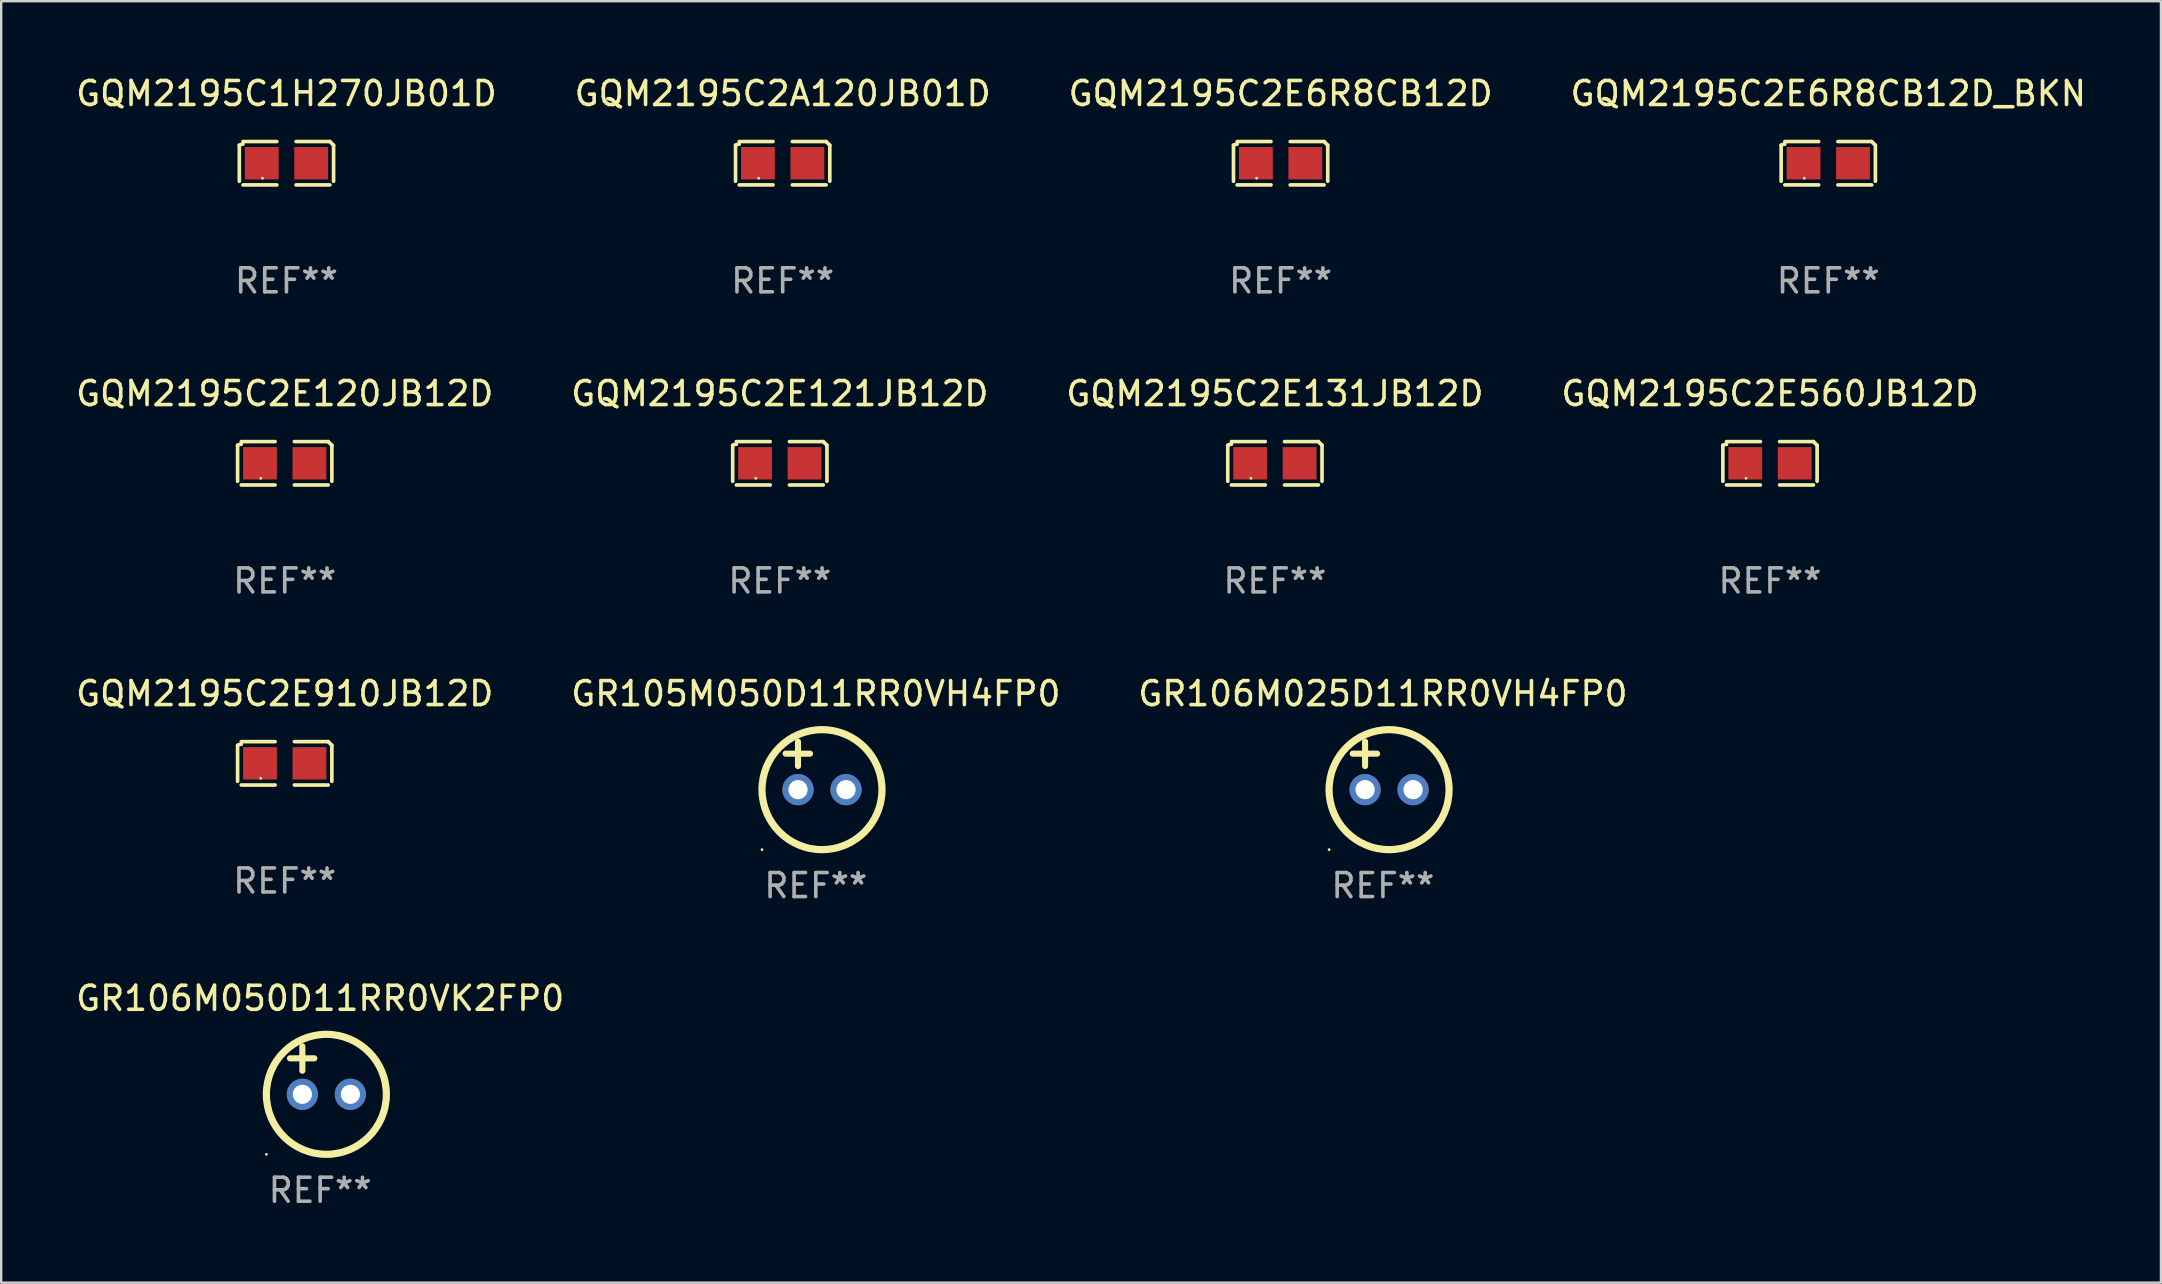
<source format=kicad_pcb>
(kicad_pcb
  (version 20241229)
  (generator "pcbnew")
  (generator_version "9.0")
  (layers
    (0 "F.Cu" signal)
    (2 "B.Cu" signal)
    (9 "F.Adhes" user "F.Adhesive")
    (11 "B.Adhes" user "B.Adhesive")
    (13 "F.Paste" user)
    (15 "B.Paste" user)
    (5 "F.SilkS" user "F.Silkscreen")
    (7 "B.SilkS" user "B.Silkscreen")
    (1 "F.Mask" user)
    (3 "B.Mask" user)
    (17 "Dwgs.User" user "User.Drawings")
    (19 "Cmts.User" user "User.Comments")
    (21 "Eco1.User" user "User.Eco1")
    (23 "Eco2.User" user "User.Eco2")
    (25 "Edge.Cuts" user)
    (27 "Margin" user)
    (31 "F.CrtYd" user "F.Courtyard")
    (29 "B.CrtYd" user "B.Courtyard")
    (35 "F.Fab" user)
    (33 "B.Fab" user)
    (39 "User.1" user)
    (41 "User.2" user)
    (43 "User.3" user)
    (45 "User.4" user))
  (footprint "GQM2195C2E120JB12D"
    (layer "F.Cu")
    (at 8.815 16.256)
    (property "Reference" "GQM2195C2E120JB12D" (at 0 -2.904 0) (layer "F.SilkS") (effects (font (size 1 1) (thickness 0.15))))
    (attr through_hole)
    (fp_line (start -1.964 0.751) (end -1.964 -0.751) (stroke (width 0.152) (type solid)) (layer "F.SilkS"))
    (fp_line (start -1.811 -0.904) (end -0.401 -0.904) (stroke (width 0.152) (type solid)) (layer "F.SilkS"))
    (fp_line (start -0.401 0.904) (end -1.811 0.904) (stroke (width 0.152) (type solid)) (layer "F.SilkS"))
    (fp_line (start 0.401 0.904) (end 1.811 0.904) (stroke (width 0.152) (type solid)) (layer "F.SilkS"))
    (fp_line (start 1.811 -0.904) (end 0.401 -0.904) (stroke (width 0.152) (type solid)) (layer "F.SilkS"))
    (fp_line (start 1.964 0.751) (end 1.964 -0.751) (stroke (width 0.152) (type solid)) (layer "F.SilkS"))
    (fp_arc (start -1.963602 -0.751207) (mid -1.890354 -0.783131) (end -1.811201 -0.794044) (stroke (width 0.1524) (type solid)) (layer "F.SilkS"))
    (fp_arc (start 1.811202 -0.903607) (mid 1.887413 -0.827418) (end 1.963602 -0.751207) (stroke (width 0.1524) (type solid)) (layer "F.SilkS"))
    (fp_circle (center -1 0.625) (end -0.97 0.625) (stroke (width 0.06) (type solid)) (fill no) (layer "F.SilkS"))
    (fp_text user "REF**" (at 0 4.904 0) (layer "F.Fab") (effects (font (size 1 1) (thickness 0.15))))
    (pad "1" smd rect (at -1.03 0) (size 1.41 1.35) (layers "F.Cu" "F.Mask" "F.Paste"))
    (pad "2" smd rect (at 1.03 0) (size 1.41 1.35) (layers "F.Cu" "F.Mask" "F.Paste")))
  (footprint "GQM2195C2E560JB12D"
    (layer "F.Cu")
    (at 70.708 16.256)
    (property "Reference" "GQM2195C2E560JB12D" (at 0 -2.904 0) (layer "F.SilkS") (effects (font (size 1 1) (thickness 0.15))))
    (attr through_hole)
    (fp_line (start -1.964 0.751) (end -1.964 -0.751) (stroke (width 0.152) (type solid)) (layer "F.SilkS"))
    (fp_line (start -1.811 -0.904) (end -0.401 -0.904) (stroke (width 0.152) (type solid)) (layer "F.SilkS"))
    (fp_line (start -0.401 0.904) (end -1.811 0.904) (stroke (width 0.152) (type solid)) (layer "F.SilkS"))
    (fp_line (start 0.401 0.904) (end 1.811 0.904) (stroke (width 0.152) (type solid)) (layer "F.SilkS"))
    (fp_line (start 1.811 -0.904) (end 0.401 -0.904) (stroke (width 0.152) (type solid)) (layer "F.SilkS"))
    (fp_line (start 1.964 0.751) (end 1.964 -0.751) (stroke (width 0.152) (type solid)) (layer "F.SilkS"))
    (fp_arc (start -1.963602 -0.751207) (mid -1.890354 -0.783131) (end -1.811201 -0.794044) (stroke (width 0.1524) (type solid)) (layer "F.SilkS"))
    (fp_arc (start 1.811202 -0.903607) (mid 1.887413 -0.827418) (end 1.963602 -0.751207) (stroke (width 0.1524) (type solid)) (layer "F.SilkS"))
    (fp_circle (center -1 0.625) (end -0.97 0.625) (stroke (width 0.06) (type solid)) (fill no) (layer "F.SilkS"))
    (fp_text user "REF**" (at 0 4.904 0) (layer "F.Fab") (effects (font (size 1 1) (thickness 0.15))))
    (pad "1" smd rect (at -1.03 0) (size 1.41 1.35) (layers "F.Cu" "F.Mask" "F.Paste"))
    (pad "2" smd rect (at 1.03 0) (size 1.41 1.35) (layers "F.Cu" "F.Mask" "F.Paste")))
  (footprint "GR105M050D11RR0VH4FP0"
    (layer "F.Cu")
    (at 30.946 28.856)
    (property "Reference" "GR105M050D11RR0VH4FP0" (at 0 -3 0) (layer "F.SilkS") (effects (font (size 1 1) (thickness 0.15))))
    (attr through_hole)
    (fp_line (start -1.258 -0.5) (end -0.242 -0.5) (stroke (width 0.254) (type solid)) (layer "F.SilkS"))
    (fp_line (start -0.742 -1) (end -0.742 0.016) (stroke (width 0.254) (type solid)) (layer "F.SilkS"))
    (fp_circle (center -2.242 3.5) (end -2.212 3.5) (stroke (width 0.06) (type solid)) (fill no) (layer "F.SilkS"))
    (fp_circle (center 0.258 1) (end 2.758 1) (stroke (width 0.3) (type solid)) (fill no) (layer "F.SilkS"))
    (fp_text user "REF**" (at 0 5 0) (layer "F.Fab") (effects (font (size 1 1) (thickness 0.15))))
    (pad "1" thru_hole circle (at -0.742 1) (size 1.3 1.3) (drill 0.8) (layers "*.Cu" "*.Mask"))
    (pad "2" thru_hole circle (at 1.258 1) (size 1.3 1.3) (drill 0.8) (layers "*.Cu" "*.Mask")))
  (footprint "GQM2195C1H270JB01D"
    (layer "F.Cu")
    (at 8.887 3.752)
    (property "Reference" "GQM2195C1H270JB01D" (at 0 -2.904 0) (layer "F.SilkS") (effects (font (size 1 1) (thickness 0.15))))
    (attr through_hole)
    (fp_line (start -1.964 0.751) (end -1.964 -0.751) (stroke (width 0.152) (type solid)) (layer "F.SilkS"))
    (fp_line (start -1.811 -0.904) (end -0.401 -0.904) (stroke (width 0.152) (type solid)) (layer "F.SilkS"))
    (fp_line (start -0.401 0.904) (end -1.811 0.904) (stroke (width 0.152) (type solid)) (layer "F.SilkS"))
    (fp_line (start 0.401 0.904) (end 1.811 0.904) (stroke (width 0.152) (type solid)) (layer "F.SilkS"))
    (fp_line (start 1.811 -0.904) (end 0.401 -0.904) (stroke (width 0.152) (type solid)) (layer "F.SilkS"))
    (fp_line (start 1.964 0.751) (end 1.964 -0.751) (stroke (width 0.152) (type solid)) (layer "F.SilkS"))
    (fp_arc (start -1.963602 -0.751207) (mid -1.890354 -0.783131) (end -1.811201 -0.794044) (stroke (width 0.1524) (type solid)) (layer "F.SilkS"))
    (fp_arc (start 1.811202 -0.903607) (mid 1.887413 -0.827418) (end 1.963602 -0.751207) (stroke (width 0.1524) (type solid)) (layer "F.SilkS"))
    (fp_circle (center -1 0.625) (end -0.97 0.625) (stroke (width 0.06) (type solid)) (fill no) (layer "F.SilkS"))
    (fp_text user "REF**" (at 0 4.904 0) (layer "F.Fab") (effects (font (size 1 1) (thickness 0.15))))
    (pad "1" smd rect (at -1.03 0) (size 1.41 1.35) (layers "F.Cu" "F.Mask" "F.Paste"))
    (pad "2" smd rect (at 1.03 0) (size 1.41 1.35) (layers "F.Cu" "F.Mask" "F.Paste")))
  (footprint "GQM2195C2E6R8CB12D_BKN"
    (layer "F.Cu")
    (at 73.137 3.752)
    (property "Reference" "GQM2195C2E6R8CB12D_BKN" (at 0 -2.904 0) (layer "F.SilkS") (effects (font (size 1 1) (thickness 0.15))))
    (attr through_hole)
    (fp_line (start -1.964 0.751) (end -1.964 -0.751) (stroke (width 0.152) (type solid)) (layer "F.SilkS"))
    (fp_line (start -1.811 -0.904) (end -0.401 -0.904) (stroke (width 0.152) (type solid)) (layer "F.SilkS"))
    (fp_line (start -0.401 0.904) (end -1.811 0.904) (stroke (width 0.152) (type solid)) (layer "F.SilkS"))
    (fp_line (start 0.401 0.904) (end 1.811 0.904) (stroke (width 0.152) (type solid)) (layer "F.SilkS"))
    (fp_line (start 1.811 -0.904) (end 0.401 -0.904) (stroke (width 0.152) (type solid)) (layer "F.SilkS"))
    (fp_line (start 1.964 0.751) (end 1.964 -0.751) (stroke (width 0.152) (type solid)) (layer "F.SilkS"))
    (fp_arc (start -1.963602 -0.751207) (mid -1.890354 -0.783131) (end -1.811201 -0.794044) (stroke (width 0.1524) (type solid)) (layer "F.SilkS"))
    (fp_arc (start 1.811202 -0.903607) (mid 1.887413 -0.827418) (end 1.963602 -0.751207) (stroke (width 0.1524) (type solid)) (layer "F.SilkS"))
    (fp_circle (center -1 0.625) (end -0.97 0.625) (stroke (width 0.06) (type solid)) (fill no) (layer "F.SilkS"))
    (fp_text user "REF**" (at 0 4.904 0) (layer "F.Fab") (effects (font (size 1 1) (thickness 0.15))))
    (pad "1" smd rect (at -1.03 0) (size 1.41 1.35) (layers "F.Cu" "F.Mask" "F.Paste"))
    (pad "2" smd rect (at 1.03 0) (size 1.41 1.35) (layers "F.Cu" "F.Mask" "F.Paste")))
  (footprint "GQM2195C2E6R8CB12D"
    (layer "F.Cu")
    (at 50.315 3.752)
    (property "Reference" "GQM2195C2E6R8CB12D" (at 0 -2.904 0) (layer "F.SilkS") (effects (font (size 1 1) (thickness 0.15))))
    (attr through_hole)
    (fp_line (start -1.964 0.751) (end -1.964 -0.751) (stroke (width 0.152) (type solid)) (layer "F.SilkS"))
    (fp_line (start -1.811 -0.904) (end -0.401 -0.904) (stroke (width 0.152) (type solid)) (layer "F.SilkS"))
    (fp_line (start -0.401 0.904) (end -1.811 0.904) (stroke (width 0.152) (type solid)) (layer "F.SilkS"))
    (fp_line (start 0.401 0.904) (end 1.811 0.904) (stroke (width 0.152) (type solid)) (layer "F.SilkS"))
    (fp_line (start 1.811 -0.904) (end 0.401 -0.904) (stroke (width 0.152) (type solid)) (layer "F.SilkS"))
    (fp_line (start 1.964 0.751) (end 1.964 -0.751) (stroke (width 0.152) (type solid)) (layer "F.SilkS"))
    (fp_arc (start -1.963602 -0.751207) (mid -1.890354 -0.783131) (end -1.811201 -0.794044) (stroke (width 0.1524) (type solid)) (layer "F.SilkS"))
    (fp_arc (start 1.811202 -0.903607) (mid 1.887413 -0.827418) (end 1.963602 -0.751207) (stroke (width 0.1524) (type solid)) (layer "F.SilkS"))
    (fp_circle (center -1 0.625) (end -0.97 0.625) (stroke (width 0.06) (type solid)) (fill no) (layer "F.SilkS"))
    (fp_text user "REF**" (at 0 4.904 0) (layer "F.Fab") (effects (font (size 1 1) (thickness 0.15))))
    (pad "1" smd rect (at -1.03 0) (size 1.41 1.35) (layers "F.Cu" "F.Mask" "F.Paste"))
    (pad "2" smd rect (at 1.03 0) (size 1.41 1.35) (layers "F.Cu" "F.Mask" "F.Paste")))
  (footprint "GR106M050D11RR0VK2FP0"
    (layer "F.Cu")
    (at 10.292 41.552)
    (property "Reference" "GR106M050D11RR0VK2FP0" (at 0 -3 0) (layer "F.SilkS") (effects (font (size 1 1) (thickness 0.15))))
    (attr through_hole)
    (fp_line (start -1.258 -0.5) (end -0.242 -0.5) (stroke (width 0.254) (type solid)) (layer "F.SilkS"))
    (fp_line (start -0.742 -1) (end -0.742 0.016) (stroke (width 0.254) (type solid)) (layer "F.SilkS"))
    (fp_circle (center -2.242 3.5) (end -2.212 3.5) (stroke (width 0.06) (type solid)) (fill no) (layer "F.SilkS"))
    (fp_circle (center 0.258 1) (end 2.758 1) (stroke (width 0.3) (type solid)) (fill no) (layer "F.SilkS"))
    (fp_text user "REF**" (at 0 5 0) (layer "F.Fab") (effects (font (size 1 1) (thickness 0.15))))
    (pad "1" thru_hole circle (at -0.742 1) (size 1.3 1.3) (drill 0.8) (layers "*.Cu" "*.Mask"))
    (pad "2" thru_hole circle (at 1.258 1) (size 1.3 1.3) (drill 0.8) (layers "*.Cu" "*.Mask")))
  (footprint "GR106M025D11RR0VH4FP0"
    (layer "F.Cu")
    (at 54.577 28.856)
    (property "Reference" "GR106M025D11RR0VH4FP0" (at 0 -3 0) (layer "F.SilkS") (effects (font (size 1 1) (thickness 0.15))))
    (attr through_hole)
    (fp_line (start -1.258 -0.5) (end -0.242 -0.5) (stroke (width 0.254) (type solid)) (layer "F.SilkS"))
    (fp_line (start -0.742 -1) (end -0.742 0.016) (stroke (width 0.254) (type solid)) (layer "F.SilkS"))
    (fp_circle (center -2.242 3.5) (end -2.212 3.5) (stroke (width 0.06) (type solid)) (fill no) (layer "F.SilkS"))
    (fp_circle (center 0.258 1) (end 2.758 1) (stroke (width 0.3) (type solid)) (fill no) (layer "F.SilkS"))
    (fp_text user "REF**" (at 0 5 0) (layer "F.Fab") (effects (font (size 1 1) (thickness 0.15))))
    (pad "1" thru_hole circle (at -0.742 1) (size 1.3 1.3) (drill 0.8) (layers "*.Cu" "*.Mask"))
    (pad "2" thru_hole circle (at 1.258 1) (size 1.3 1.3) (drill 0.8) (layers "*.Cu" "*.Mask")))
  (footprint "GQM2195C2A120JB01D"
    (layer "F.Cu")
    (at 29.565 3.752)
    (property "Reference" "GQM2195C2A120JB01D" (at 0 -2.904 0) (layer "F.SilkS") (effects (font (size 1 1) (thickness 0.15))))
    (attr through_hole)
    (fp_line (start -1.964 0.751) (end -1.964 -0.751) (stroke (width 0.152) (type solid)) (layer "F.SilkS"))
    (fp_line (start -1.811 -0.904) (end -0.401 -0.904) (stroke (width 0.152) (type solid)) (layer "F.SilkS"))
    (fp_line (start -0.401 0.904) (end -1.811 0.904) (stroke (width 0.152) (type solid)) (layer "F.SilkS"))
    (fp_line (start 0.401 0.904) (end 1.811 0.904) (stroke (width 0.152) (type solid)) (layer "F.SilkS"))
    (fp_line (start 1.811 -0.904) (end 0.401 -0.904) (stroke (width 0.152) (type solid)) (layer "F.SilkS"))
    (fp_line (start 1.964 0.751) (end 1.964 -0.751) (stroke (width 0.152) (type solid)) (layer "F.SilkS"))
    (fp_arc (start -1.963602 -0.751207) (mid -1.890354 -0.783131) (end -1.811201 -0.794044) (stroke (width 0.1524) (type solid)) (layer "F.SilkS"))
    (fp_arc (start 1.811202 -0.903607) (mid 1.887413 -0.827418) (end 1.963602 -0.751207) (stroke (width 0.1524) (type solid)) (layer "F.SilkS"))
    (fp_circle (center -1 0.625) (end -0.97 0.625) (stroke (width 0.06) (type solid)) (fill no) (layer "F.SilkS"))
    (fp_text user "REF**" (at 0 4.904 0) (layer "F.Fab") (effects (font (size 1 1) (thickness 0.15))))
    (pad "1" smd rect (at -1.03 0) (size 1.41 1.35) (layers "F.Cu" "F.Mask" "F.Paste"))
    (pad "2" smd rect (at 1.03 0) (size 1.41 1.35) (layers "F.Cu" "F.Mask" "F.Paste")))
  (footprint "GQM2195C2E121JB12D"
    (layer "F.Cu")
    (at 29.446 16.256)
    (property "Reference" "GQM2195C2E121JB12D" (at 0 -2.904 0) (layer "F.SilkS") (effects (font (size 1 1) (thickness 0.15))))
    (attr through_hole)
    (fp_line (start -1.964 0.751) (end -1.964 -0.751) (stroke (width 0.152) (type solid)) (layer "F.SilkS"))
    (fp_line (start -1.811 -0.904) (end -0.401 -0.904) (stroke (width 0.152) (type solid)) (layer "F.SilkS"))
    (fp_line (start -0.401 0.904) (end -1.811 0.904) (stroke (width 0.152) (type solid)) (layer "F.SilkS"))
    (fp_line (start 0.401 0.904) (end 1.811 0.904) (stroke (width 0.152) (type solid)) (layer "F.SilkS"))
    (fp_line (start 1.811 -0.904) (end 0.401 -0.904) (stroke (width 0.152) (type solid)) (layer "F.SilkS"))
    (fp_line (start 1.964 0.751) (end 1.964 -0.751) (stroke (width 0.152) (type solid)) (layer "F.SilkS"))
    (fp_arc (start -1.963602 -0.751207) (mid -1.890354 -0.783131) (end -1.811201 -0.794044) (stroke (width 0.1524) (type solid)) (layer "F.SilkS"))
    (fp_arc (start 1.811202 -0.903607) (mid 1.887413 -0.827418) (end 1.963602 -0.751207) (stroke (width 0.1524) (type solid)) (layer "F.SilkS"))
    (fp_circle (center -1 0.625) (end -0.97 0.625) (stroke (width 0.06) (type solid)) (fill no) (layer "F.SilkS"))
    (fp_text user "REF**" (at 0 4.904 0) (layer "F.Fab") (effects (font (size 1 1) (thickness 0.15))))
    (pad "1" smd rect (at -1.03 0) (size 1.41 1.35) (layers "F.Cu" "F.Mask" "F.Paste"))
    (pad "2" smd rect (at 1.03 0) (size 1.41 1.35) (layers "F.Cu" "F.Mask" "F.Paste")))
  (footprint "GQM2195C2E131JB12D"
    (layer "F.Cu")
    (at 50.077 16.256)
    (property "Reference" "GQM2195C2E131JB12D" (at 0 -2.904 0) (layer "F.SilkS") (effects (font (size 1 1) (thickness 0.15))))
    (attr through_hole)
    (fp_line (start -1.964 0.751) (end -1.964 -0.751) (stroke (width 0.152) (type solid)) (layer "F.SilkS"))
    (fp_line (start -1.811 -0.904) (end -0.401 -0.904) (stroke (width 0.152) (type solid)) (layer "F.SilkS"))
    (fp_line (start -0.401 0.904) (end -1.811 0.904) (stroke (width 0.152) (type solid)) (layer "F.SilkS"))
    (fp_line (start 0.401 0.904) (end 1.811 0.904) (stroke (width 0.152) (type solid)) (layer "F.SilkS"))
    (fp_line (start 1.811 -0.904) (end 0.401 -0.904) (stroke (width 0.152) (type solid)) (layer "F.SilkS"))
    (fp_line (start 1.964 0.751) (end 1.964 -0.751) (stroke (width 0.152) (type solid)) (layer "F.SilkS"))
    (fp_arc (start -1.963602 -0.751207) (mid -1.890354 -0.783131) (end -1.811201 -0.794044) (stroke (width 0.1524) (type solid)) (layer "F.SilkS"))
    (fp_arc (start 1.811202 -0.903607) (mid 1.887413 -0.827418) (end 1.963602 -0.751207) (stroke (width 0.1524) (type solid)) (layer "F.SilkS"))
    (fp_circle (center -1 0.625) (end -0.97 0.625) (stroke (width 0.06) (type solid)) (fill no) (layer "F.SilkS"))
    (fp_text user "REF**" (at 0 4.904 0) (layer "F.Fab") (effects (font (size 1 1) (thickness 0.15))))
    (pad "1" smd rect (at -1.03 0) (size 1.41 1.35) (layers "F.Cu" "F.Mask" "F.Paste"))
    (pad "2" smd rect (at 1.03 0) (size 1.41 1.35) (layers "F.Cu" "F.Mask" "F.Paste")))
  (footprint "GQM2195C2E910JB12D"
    (layer "F.Cu")
    (at 8.815 28.759)
    (property "Reference" "GQM2195C2E910JB12D" (at 0 -2.904 0) (layer "F.SilkS") (effects (font (size 1 1) (thickness 0.15))))
    (attr through_hole)
    (fp_line (start -1.964 0.751) (end -1.964 -0.751) (stroke (width 0.152) (type solid)) (layer "F.SilkS"))
    (fp_line (start -1.811 -0.904) (end -0.401 -0.904) (stroke (width 0.152) (type solid)) (layer "F.SilkS"))
    (fp_line (start -0.401 0.904) (end -1.811 0.904) (stroke (width 0.152) (type solid)) (layer "F.SilkS"))
    (fp_line (start 0.401 0.904) (end 1.811 0.904) (stroke (width 0.152) (type solid)) (layer "F.SilkS"))
    (fp_line (start 1.811 -0.904) (end 0.401 -0.904) (stroke (width 0.152) (type solid)) (layer "F.SilkS"))
    (fp_line (start 1.964 0.751) (end 1.964 -0.751) (stroke (width 0.152) (type solid)) (layer "F.SilkS"))
    (fp_arc (start -1.963602 -0.751207) (mid -1.890354 -0.783131) (end -1.811201 -0.794044) (stroke (width 0.1524) (type solid)) (layer "F.SilkS"))
    (fp_arc (start 1.811202 -0.903607) (mid 1.887413 -0.827418) (end 1.963602 -0.751207) (stroke (width 0.1524) (type solid)) (layer "F.SilkS"))
    (fp_circle (center -1 0.625) (end -0.97 0.625) (stroke (width 0.06) (type solid)) (fill no) (layer "F.SilkS"))
    (fp_text user "REF**" (at 0 4.904 0) (layer "F.Fab") (effects (font (size 1 1) (thickness 0.15))))
    (pad "1" smd rect (at -1.03 0) (size 1.41 1.35) (layers "F.Cu" "F.Mask" "F.Paste"))
    (pad "2" smd rect (at 1.03 0) (size 1.41 1.35) (layers "F.Cu" "F.Mask" "F.Paste")))
  (gr_rect
    (start -3 -3)
    (end 87 50.4)
    (stroke (width 0.1) (type default))
    (fill no)
    (layer "Edge.Cuts")))
</source>
